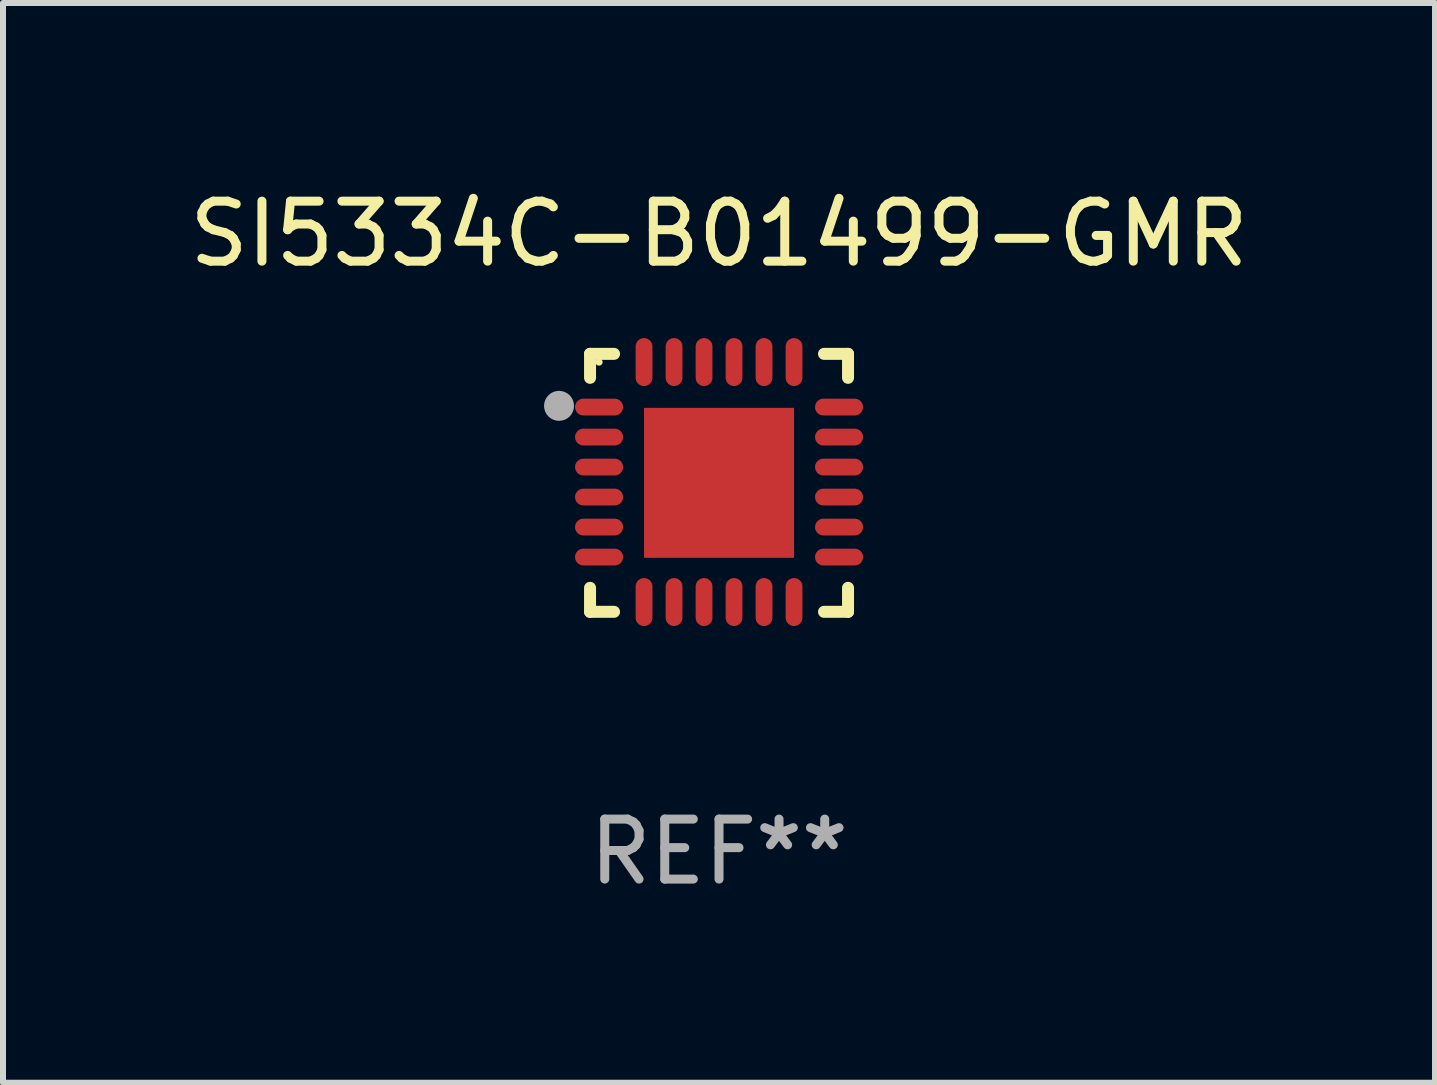
<source format=kicad_pcb>
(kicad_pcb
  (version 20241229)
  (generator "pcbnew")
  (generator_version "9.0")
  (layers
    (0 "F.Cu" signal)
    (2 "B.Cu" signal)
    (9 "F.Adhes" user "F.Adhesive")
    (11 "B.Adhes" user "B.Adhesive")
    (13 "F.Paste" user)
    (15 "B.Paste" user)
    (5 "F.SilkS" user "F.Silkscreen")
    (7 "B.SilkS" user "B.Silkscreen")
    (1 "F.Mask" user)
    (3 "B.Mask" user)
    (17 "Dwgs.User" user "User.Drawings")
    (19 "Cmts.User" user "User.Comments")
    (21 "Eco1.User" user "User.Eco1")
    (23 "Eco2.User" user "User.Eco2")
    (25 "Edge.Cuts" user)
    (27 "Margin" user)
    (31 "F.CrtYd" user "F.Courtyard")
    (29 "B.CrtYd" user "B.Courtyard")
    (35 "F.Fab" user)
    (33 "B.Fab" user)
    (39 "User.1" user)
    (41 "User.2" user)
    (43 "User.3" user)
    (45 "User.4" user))
  (footprint "SI5334C-B01499-GMR"
    (layer "F.Cu")
    (at 8.935 4.998)
    (property "Reference" "SI5334C-B01499-GMR" (at 0 -4.15 0) (layer "F.SilkS") (effects (font (size 1 1) (thickness 0.15))))
    (attr through_hole)
    (fp_line (start -2.15 -2.15) (end -1.75 -2.15) (stroke (width 0.2) (type solid)) (layer "F.SilkS"))
    (fp_line (start -2.15 -1.75) (end -2.15 -2.15) (stroke (width 0.2) (type solid)) (layer "F.SilkS"))
    (fp_line (start -2.15 2.15) (end -2.15 1.75) (stroke (width 0.2) (type solid)) (layer "F.SilkS"))
    (fp_line (start -1.75 2.15) (end -2.15 2.15) (stroke (width 0.2) (type solid)) (layer "F.SilkS"))
    (fp_line (start 1.75 -2.15) (end 2.15 -2.15) (stroke (width 0.2) (type solid)) (layer "F.SilkS"))
    (fp_line (start 1.75 2.15) (end 2.15 2.15) (stroke (width 0.2) (type solid)) (layer "F.SilkS"))
    (fp_line (start 2.15 -2.15) (end 2.15 -1.75) (stroke (width 0.2) (type solid)) (layer "F.SilkS"))
    (fp_line (start 2.15 2.15) (end 2.15 1.75) (stroke (width 0.2) (type solid)) (layer "F.SilkS"))
    (fp_circle (center -2 -2.013) (end -1.97 -2.013) (stroke (width 0.06) (type solid)) (fill no) (layer "F.SilkS"))
    (fp_circle (center -2.667 -1.283) (end -2.542 -1.283) (stroke (width 0.25) (type solid)) (fill no) (layer "F.Fab"))
    (fp_text user "REF**" (at 0 6.15 0) (layer "F.Fab") (effects (font (size 1 1) (thickness 0.15))))
    (pad "1" smd oval (at -2 -1.263) (size 0.8 0.28) (layers "F.Cu" "F.Mask" "F.Paste"))
    (pad "2" smd oval (at -2 -0.763) (size 0.8 0.28) (layers "F.Cu" "F.Mask" "F.Paste"))
    (pad "3" smd oval (at -2 -0.263) (size 0.8 0.28) (layers "F.Cu" "F.Mask" "F.Paste"))
    (pad "4" smd oval (at -2 0.237) (size 0.8 0.28) (layers "F.Cu" "F.Mask" "F.Paste"))
    (pad "5" smd oval (at -2 0.737) (size 0.8 0.28) (layers "F.Cu" "F.Mask" "F.Paste"))
    (pad "6" smd oval (at -2 1.237) (size 0.8 0.28) (layers "F.Cu" "F.Mask" "F.Paste"))
    (pad "7" smd oval (at -1.25 1.987) (size 0.28 0.8) (layers "F.Cu" "F.Mask" "F.Paste"))
    (pad "8" smd oval (at -0.75 1.987) (size 0.28 0.8) (layers "F.Cu" "F.Mask" "F.Paste"))
    (pad "9" smd oval (at -0.25 1.987) (size 0.28 0.8) (layers "F.Cu" "F.Mask" "F.Paste"))
    (pad "10" smd oval (at 0.25 1.987) (size 0.28 0.8) (layers "F.Cu" "F.Mask" "F.Paste"))
    (pad "11" smd oval (at 0.75 1.987) (size 0.28 0.8) (layers "F.Cu" "F.Mask" "F.Paste"))
    (pad "12" smd oval (at 1.25 1.987) (size 0.28 0.8) (layers "F.Cu" "F.Mask" "F.Paste"))
    (pad "13" smd oval (at 2 1.237) (size 0.8 0.28) (layers "F.Cu" "F.Mask" "F.Paste"))
    (pad "14" smd oval (at 2 0.737) (size 0.8 0.28) (layers "F.Cu" "F.Mask" "F.Paste"))
    (pad "15" smd oval (at 2 0.237) (size 0.8 0.28) (layers "F.Cu" "F.Mask" "F.Paste"))
    (pad "16" smd oval (at 2 -0.263) (size 0.8 0.28) (layers "F.Cu" "F.Mask" "F.Paste"))
    (pad "17" smd oval (at 2 -0.763) (size 0.8 0.28) (layers "F.Cu" "F.Mask" "F.Paste"))
    (pad "18" smd oval (at 2 -1.263) (size 0.8 0.28) (layers "F.Cu" "F.Mask" "F.Paste"))
    (pad "19" smd oval (at 1.25 -2.013) (size 0.28 0.8) (layers "F.Cu" "F.Mask" "F.Paste"))
    (pad "20" smd oval (at 0.75 -2.013) (size 0.28 0.8) (layers "F.Cu" "F.Mask" "F.Paste"))
    (pad "21" smd oval (at 0.25 -2.013) (size 0.28 0.8) (layers "F.Cu" "F.Mask" "F.Paste"))
    (pad "22" smd oval (at -0.25 -2.013) (size 0.28 0.8) (layers "F.Cu" "F.Mask" "F.Paste"))
    (pad "23" smd oval (at -0.75 -2.013) (size 0.28 0.8) (layers "F.Cu" "F.Mask" "F.Paste"))
    (pad "24" smd oval (at -1.25 -2.013) (size 0.28 0.8) (layers "F.Cu" "F.Mask" "F.Paste"))
    (pad "25" smd rect (at -0.000127 -0.00014) (size 2.5 2.5) (layers "F.Cu" "F.Mask" "F.Paste")))
  (gr_rect
    (start -3 -3)
    (end 20.869 14.997)
    (stroke (width 0.1) (type default))
    (fill no)
    (layer "Edge.Cuts")))
</source>
